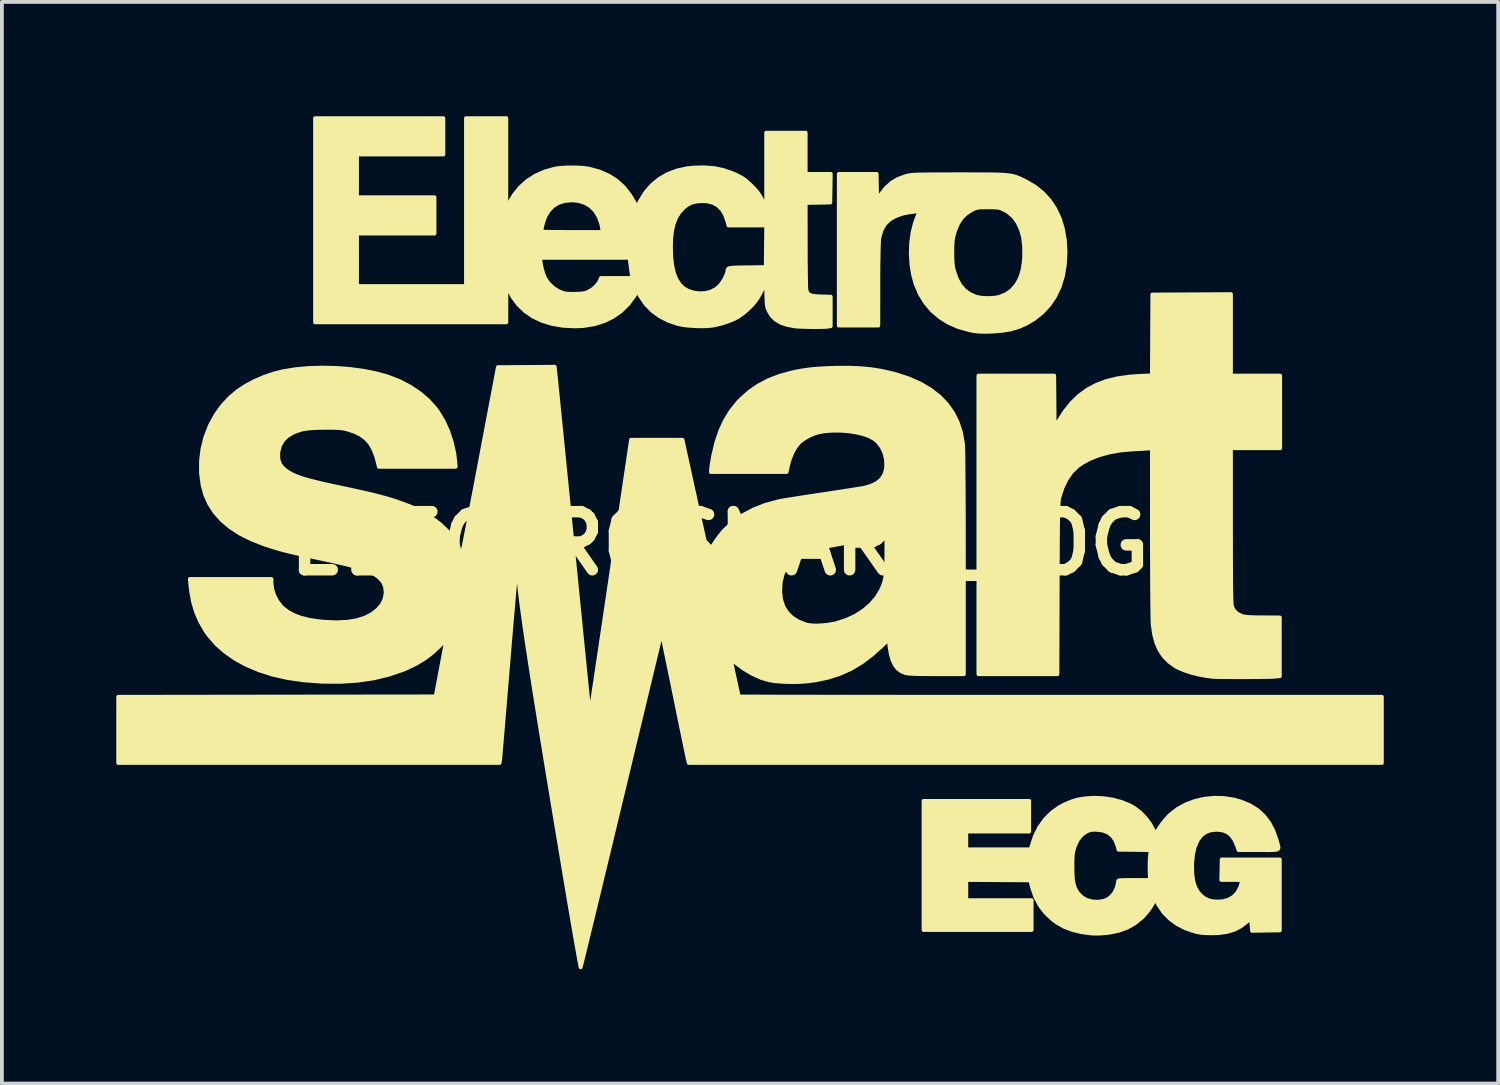
<source format=kicad_pcb>
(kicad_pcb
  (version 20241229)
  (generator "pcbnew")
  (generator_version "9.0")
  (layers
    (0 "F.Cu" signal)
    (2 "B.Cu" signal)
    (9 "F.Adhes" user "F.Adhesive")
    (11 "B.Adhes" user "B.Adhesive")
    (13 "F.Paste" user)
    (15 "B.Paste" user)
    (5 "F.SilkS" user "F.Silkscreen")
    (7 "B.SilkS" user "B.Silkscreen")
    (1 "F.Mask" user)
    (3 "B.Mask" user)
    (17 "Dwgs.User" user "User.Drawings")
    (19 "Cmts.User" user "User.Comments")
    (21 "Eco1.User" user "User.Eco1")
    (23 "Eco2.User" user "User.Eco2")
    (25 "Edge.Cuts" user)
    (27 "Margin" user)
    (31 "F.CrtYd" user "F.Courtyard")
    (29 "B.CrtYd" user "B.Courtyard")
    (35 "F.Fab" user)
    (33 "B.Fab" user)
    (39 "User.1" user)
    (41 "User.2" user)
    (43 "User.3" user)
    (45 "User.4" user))
  (footprint "ELECTROSMART_LOGO"
    (layer "F.Cu")
    (at 16.623 11.205)
    (property "Reference" "ELECTROSMART_LOGO" (at 0 0 0) (layer "F.SilkS") (effects (font (size 1.524 1.524) (thickness 0.3))))
    (attr through_hole)
    (fp_poly (pts (xy 13.906 -2.498) (xy 13.261 -2.498) (xy 12.615 -2.498) (xy 12.615 -0.475) (xy 12.616 -0.097) (xy 12.616 0.24) (xy 12.617 0.538) (xy 12.618 0.797) (xy 12.62 1.019) (xy 12.622 1.205) (xy 12.625 1.357) (xy 12.628 1.476) (xy 12.632 1.562) (xy 12.636 1.619) (xy 12.639 1.643) (xy 12.687 1.75) (xy 12.77 1.835) (xy 12.886 1.894) (xy 12.897 1.898) (xy 12.944 1.911) (xy 13.002 1.921) (xy 13.076 1.928) (xy 13.174 1.933) (xy 13.301 1.936) (xy 13.451 1.937) (xy 13.896 1.94) (xy 13.896 2.711) (xy 13.896 3.482) (xy 13.748 3.495) (xy 13.691 3.498) (xy 13.6 3.501) (xy 13.479 3.503) (xy 13.336 3.505) (xy 13.178 3.506) (xy 13.01 3.507) (xy 12.84 3.507) (xy 12.674 3.507) (xy 12.519 3.506) (xy 12.381 3.505) (xy 12.266 3.504) (xy 12.182 3.501) (xy 12.139 3.499) (xy 11.943 3.473) (xy 11.743 3.434) (xy 11.55 3.384) (xy 11.375 3.325) (xy 11.226 3.26) (xy 11.165 3.227) (xy 10.993 3.105) (xy 10.852 2.961) (xy 10.739 2.793) (xy 10.655 2.598) (xy 10.596 2.372) (xy 10.562 2.118) (xy 10.559 2.062) (xy 10.556 1.968) (xy 10.554 1.838) (xy 10.551 1.675) (xy 10.549 1.482) (xy 10.547 1.263) (xy 10.545 1.022) (xy 10.544 0.76) (xy 10.543 0.482) (xy 10.542 0.19) (xy 10.541 -0.112) (xy 10.541 -0.312) (xy 10.541 -2.498) (xy 10.398 -2.488) (xy 10.314 -2.482) (xy 10.205 -2.476) (xy 10.088 -2.47) (xy 10.022 -2.466) (xy 9.72 -2.439) (xy 9.434 -2.389) (xy 9.168 -2.317) (xy 8.928 -2.224) (xy 8.719 -2.113) (xy 8.587 -2.02) (xy 8.434 -1.87) (xy 8.305 -1.686) (xy 8.2 -1.47) (xy 8.12 -1.222) (xy 8.113 -1.195) (xy 8.107 -1.168) (xy 8.102 -1.136) (xy 8.098 -1.097) (xy 8.094 -1.047) (xy 8.09 -0.985) (xy 8.087 -0.908) (xy 8.084 -0.813) (xy 8.082 -0.697) (xy 8.08 -0.559) (xy 8.078 -0.396) (xy 8.076 -0.206) (xy 8.075 0.015) (xy 8.074 0.269) (xy 8.072 0.558) (xy 8.071 0.884) (xy 8.07 1.191) (xy 8.063 3.429) (xy 7.027 3.429) (xy 5.99 3.429) (xy 5.99 -0.487) (xy 5.99 -4.403) (xy 6.985 -4.403) (xy 7.979 -4.403) (xy 7.985 -3.72) (xy 7.99 -3.037) (xy 8.089 -3.207) (xy 8.255 -3.465) (xy 8.435 -3.689) (xy 8.631 -3.878) (xy 8.847 -4.036) (xy 9.086 -4.163) (xy 9.349 -4.262) (xy 9.64 -4.333) (xy 9.961 -4.378) (xy 10.229 -4.396) (xy 10.541 -4.409) (xy 10.546 -5.469) (xy 10.552 -6.53) (xy 11.583 -6.535) (xy 12.615 -6.541) (xy 12.615 -5.472) (xy 12.615 -4.403) (xy 13.261 -4.403) (xy 13.906 -4.403) (xy 13.906 -3.45) (xy 13.906 -2.498)) (stroke (width 0.1) (type solid)) (fill yes) (layer "F.SilkS"))
    (fp_poly (pts (xy 8.276 -7.631) (xy 8.258 -7.307) (xy 8.207 -7.007) (xy 8.122 -6.732) (xy 8.003 -6.481) (xy 7.852 -6.256) (xy 7.668 -6.058) (xy 7.452 -5.886) (xy 7.422 -5.867) (xy 7.235 -5.758) (xy 7.19 -5.738) (xy 7.19 -7.789) (xy 7.162 -8.025) (xy 7.105 -8.235) (xy 7.021 -8.416) (xy 6.911 -8.567) (xy 6.774 -8.687) (xy 6.672 -8.746) (xy 6.614 -8.774) (xy 6.566 -8.794) (xy 6.518 -8.806) (xy 6.46 -8.812) (xy 6.382 -8.815) (xy 6.274 -8.816) (xy 6.244 -8.816) (xy 6.128 -8.816) (xy 6.044 -8.814) (xy 5.983 -8.808) (xy 5.934 -8.797) (xy 5.888 -8.78) (xy 5.834 -8.754) (xy 5.813 -8.743) (xy 5.669 -8.652) (xy 5.551 -8.535) (xy 5.456 -8.389) (xy 5.381 -8.209) (xy 5.351 -8.11) (xy 5.332 -8.032) (xy 5.319 -7.952) (xy 5.311 -7.86) (xy 5.307 -7.746) (xy 5.307 -7.631) (xy 5.308 -7.49) (xy 5.312 -7.381) (xy 5.321 -7.293) (xy 5.335 -7.214) (xy 5.351 -7.151) (xy 5.42 -6.949) (xy 5.509 -6.784) (xy 5.62 -6.652) (xy 5.755 -6.55) (xy 5.916 -6.477) (xy 5.946 -6.468) (xy 6.042 -6.448) (xy 6.164 -6.438) (xy 6.296 -6.438) (xy 6.423 -6.447) (xy 6.528 -6.465) (xy 6.542 -6.469) (xy 6.716 -6.54) (xy 6.862 -6.644) (xy 6.981 -6.78) (xy 7.058 -6.913) (xy 7.113 -7.053) (xy 7.153 -7.206) (xy 7.179 -7.383) (xy 7.19 -7.526) (xy 7.19 -7.789) (xy 7.19 -5.738) (xy 7.044 -5.675) (xy 6.84 -5.615) (xy 6.615 -5.577) (xy 6.361 -5.557) (xy 6.308 -5.555) (xy 6.172 -5.552) (xy 6.065 -5.553) (xy 5.977 -5.557) (xy 5.894 -5.568) (xy 5.803 -5.584) (xy 5.747 -5.596) (xy 5.463 -5.676) (xy 5.205 -5.788) (xy 4.974 -5.933) (xy 4.771 -6.108) (xy 4.597 -6.313) (xy 4.454 -6.546) (xy 4.343 -6.807) (xy 4.341 -6.813) (xy 4.273 -7.065) (xy 4.231 -7.334) (xy 4.216 -7.612) (xy 4.227 -7.891) (xy 4.264 -8.16) (xy 4.327 -8.411) (xy 4.393 -8.586) (xy 4.419 -8.649) (xy 4.436 -8.694) (xy 4.44 -8.71) (xy 4.414 -8.712) (xy 4.357 -8.708) (xy 4.28 -8.698) (xy 4.192 -8.686) (xy 4.105 -8.671) (xy 4.03 -8.656) (xy 3.98 -8.644) (xy 3.798 -8.576) (xy 3.651 -8.487) (xy 3.538 -8.373) (xy 3.456 -8.233) (xy 3.403 -8.064) (xy 3.386 -7.955) (xy 3.382 -7.898) (xy 3.378 -7.804) (xy 3.375 -7.678) (xy 3.372 -7.524) (xy 3.369 -7.348) (xy 3.367 -7.155) (xy 3.366 -6.95) (xy 3.366 -6.747) (xy 3.365 -5.715) (xy 2.847 -5.715) (xy 2.328 -5.715) (xy 2.328 -7.705) (xy 2.328 -9.694) (xy 2.825 -9.694) (xy 3.322 -9.694) (xy 3.328 -9.352) (xy 3.334 -9.01) (xy 3.424 -9.149) (xy 3.557 -9.322) (xy 3.71 -9.46) (xy 3.888 -9.565) (xy 4.095 -9.64) (xy 4.121 -9.647) (xy 4.155 -9.655) (xy 4.193 -9.661) (xy 4.239 -9.667) (xy 4.297 -9.672) (xy 4.369 -9.675) (xy 4.46 -9.678) (xy 4.573 -9.68) (xy 4.712 -9.682) (xy 4.879 -9.683) (xy 5.08 -9.683) (xy 5.317 -9.684) (xy 5.493 -9.684) (xy 5.766 -9.684) (xy 6 -9.683) (xy 6.2 -9.683) (xy 6.369 -9.681) (xy 6.512 -9.677) (xy 6.63 -9.672) (xy 6.73 -9.664) (xy 6.814 -9.654) (xy 6.886 -9.64) (xy 6.951 -9.624) (xy 7.011 -9.603) (xy 7.072 -9.578) (xy 7.136 -9.548) (xy 7.207 -9.514) (xy 7.231 -9.502) (xy 7.472 -9.362) (xy 7.682 -9.193) (xy 7.862 -8.996) (xy 8.01 -8.772) (xy 8.126 -8.522) (xy 8.209 -8.247) (xy 8.259 -7.948) (xy 8.276 -7.631)) (stroke (width 0.1) (type solid)) (fill yes) (layer "F.SilkS"))
    (fp_poly (pts (xy 13.896 10.149) (xy 13.533 10.155) (xy 13.169 10.161) (xy 13.154 10.002) (xy 13.146 9.926) (xy 13.137 9.87) (xy 13.13 9.843) (xy 13.129 9.842) (xy 13.109 9.856) (xy 13.068 9.89) (xy 13.019 9.932) (xy 12.871 10.045) (xy 12.709 10.129) (xy 12.526 10.186) (xy 12.317 10.218) (xy 12.107 10.226) (xy 11.96 10.223) (xy 11.841 10.214) (xy 11.735 10.197) (xy 11.673 10.182) (xy 11.427 10.099) (xy 11.204 9.985) (xy 11.009 9.842) (xy 10.844 9.672) (xy 10.712 9.477) (xy 10.694 9.446) (xy 10.661 9.386) (xy 10.634 9.346) (xy 10.622 9.335) (xy 10.605 9.352) (xy 10.592 9.382) (xy 10.558 9.458) (xy 10.513 9.53) (xy 10.513 8.044) (xy 10.089 8.038) (xy 9.665 8.033) (xy 9.641 7.938) (xy 9.584 7.787) (xy 9.5 7.669) (xy 9.389 7.583) (xy 9.251 7.53) (xy 9.086 7.51) (xy 9.067 7.509) (xy 8.977 7.512) (xy 8.91 7.523) (xy 8.849 7.547) (xy 8.801 7.572) (xy 8.687 7.659) (xy 8.594 7.779) (xy 8.522 7.935) (xy 8.504 7.988) (xy 8.485 8.053) (xy 8.472 8.117) (xy 8.464 8.189) (xy 8.459 8.278) (xy 8.457 8.394) (xy 8.457 8.477) (xy 8.46 8.66) (xy 8.47 8.808) (xy 8.49 8.928) (xy 8.52 9.028) (xy 8.563 9.114) (xy 8.597 9.166) (xy 8.699 9.273) (xy 8.826 9.348) (xy 8.973 9.39) (xy 9.134 9.397) (xy 9.287 9.373) (xy 9.392 9.327) (xy 9.488 9.248) (xy 9.566 9.145) (xy 9.615 9.036) (xy 9.636 8.963) (xy 9.649 8.901) (xy 9.652 8.872) (xy 9.653 8.857) (xy 9.66 8.845) (xy 9.678 8.837) (xy 9.714 8.832) (xy 9.771 8.828) (xy 9.857 8.827) (xy 9.976 8.827) (xy 10.07 8.827) (xy 10.488 8.827) (xy 10.481 8.557) (xy 10.48 8.44) (xy 10.483 8.327) (xy 10.487 8.23) (xy 10.494 8.165) (xy 10.513 8.044) (xy 10.513 9.53) (xy 10.5 9.551) (xy 10.427 9.651) (xy 10.346 9.748) (xy 10.278 9.817) (xy 10.096 9.964) (xy 9.897 10.077) (xy 9.677 10.158) (xy 9.433 10.209) (xy 9.229 10.229) (xy 9.133 10.233) (xy 9.043 10.234) (xy 8.974 10.232) (xy 8.964 10.231) (xy 8.694 10.196) (xy 8.457 10.138) (xy 8.245 10.057) (xy 8.055 9.951) (xy 7.937 9.865) (xy 7.753 9.692) (xy 7.603 9.498) (xy 7.486 9.278) (xy 7.401 9.031) (xy 7.39 8.989) (xy 7.352 8.837) (xy 6.512 8.832) (xy 5.673 8.826) (xy 5.673 9.091) (xy 5.673 9.356) (xy 6.53 9.356) (xy 7.387 9.356) (xy 7.387 9.747) (xy 7.387 10.139) (xy 5.969 10.139) (xy 4.551 10.139) (xy 4.551 8.445) (xy 4.551 6.752) (xy 5.937 6.752) (xy 7.324 6.752) (xy 7.324 7.154) (xy 7.324 7.556) (xy 6.498 7.556) (xy 5.673 7.556) (xy 5.673 7.789) (xy 5.673 8.022) (xy 6.519 8.022) (xy 7.364 8.022) (xy 7.388 7.932) (xy 7.473 7.674) (xy 7.59 7.442) (xy 7.736 7.237) (xy 7.91 7.062) (xy 8.109 6.919) (xy 8.223 6.858) (xy 8.358 6.797) (xy 8.472 6.753) (xy 8.58 6.721) (xy 8.699 6.698) (xy 8.776 6.687) (xy 9.022 6.67) (xy 9.272 6.681) (xy 9.517 6.718) (xy 9.75 6.781) (xy 9.96 6.867) (xy 10.09 6.941) (xy 10.24 7.057) (xy 10.38 7.203) (xy 10.499 7.365) (xy 10.559 7.474) (xy 10.6 7.554) (xy 10.627 7.6) (xy 10.645 7.616) (xy 10.655 7.605) (xy 10.656 7.602) (xy 10.687 7.535) (xy 10.742 7.448) (xy 10.812 7.35) (xy 10.891 7.251) (xy 10.972 7.161) (xy 11.024 7.109) (xy 11.214 6.962) (xy 11.43 6.843) (xy 11.666 6.754) (xy 11.916 6.696) (xy 12.176 6.67) (xy 12.438 6.677) (xy 12.697 6.718) (xy 12.885 6.772) (xy 13.113 6.868) (xy 13.31 6.991) (xy 13.476 7.141) (xy 13.615 7.321) (xy 13.726 7.532) (xy 13.813 7.776) (xy 13.831 7.845) (xy 13.848 7.906) (xy 13.859 7.953) (xy 13.862 7.988) (xy 13.85 8.013) (xy 13.821 8.029) (xy 13.77 8.038) (xy 13.692 8.043) (xy 13.582 8.044) (xy 13.438 8.043) (xy 13.339 8.043) (xy 12.814 8.043) (xy 12.775 7.932) (xy 12.708 7.777) (xy 12.625 7.659) (xy 12.525 7.577) (xy 12.403 7.528) (xy 12.256 7.51) (xy 12.237 7.509) (xy 12.079 7.525) (xy 11.946 7.574) (xy 11.835 7.659) (xy 11.745 7.78) (xy 11.731 7.806) (xy 11.664 7.963) (xy 11.621 8.148) (xy 11.599 8.364) (xy 11.596 8.488) (xy 11.604 8.7) (xy 11.632 8.878) (xy 11.681 9.026) (xy 11.752 9.148) (xy 11.833 9.237) (xy 11.923 9.308) (xy 12.016 9.354) (xy 12.126 9.381) (xy 12.234 9.392) (xy 12.402 9.385) (xy 12.552 9.343) (xy 12.679 9.267) (xy 12.781 9.161) (xy 12.854 9.026) (xy 12.868 8.985) (xy 12.889 8.914) (xy 12.905 8.86) (xy 12.912 8.835) (xy 12.912 8.835) (xy 12.892 8.832) (xy 12.837 8.829) (xy 12.756 8.827) (xy 12.657 8.827) (xy 12.636 8.826) (xy 12.36 8.826) (xy 12.366 8.557) (xy 12.372 8.287) (xy 13.134 8.287) (xy 13.896 8.287) (xy 13.896 9.218) (xy 13.896 10.149)) (stroke (width 0.1) (type solid)) (fill yes) (layer "F.SilkS"))
    (fp_poly (pts (xy 2.118 -9.694) (xy 2.112 -9.319) (xy 2.106 -8.943) (xy 1.783 -8.937) (xy 1.46 -8.931) (xy 1.462 -7.836) (xy 1.462 -7.622) (xy 1.463 -7.419) (xy 1.465 -7.23) (xy 1.467 -7.061) (xy 1.469 -6.916) (xy 1.471 -6.799) (xy 1.474 -6.714) (xy 1.477 -6.666) (xy 1.478 -6.659) (xy 1.495 -6.596) (xy 1.526 -6.549) (xy 1.576 -6.517) (xy 1.651 -6.497) (xy 1.757 -6.485) (xy 1.864 -6.481) (xy 2.117 -6.473) (xy 2.117 -6.086) (xy 2.117 -5.699) (xy 2.037 -5.686) (xy 1.978 -5.681) (xy 1.885 -5.677) (xy 1.77 -5.676) (xy 1.642 -5.676) (xy 1.509 -5.678) (xy 1.382 -5.682) (xy 1.271 -5.687) (xy 1.185 -5.693) (xy 1.165 -5.696) (xy 0.967 -5.733) (xy 0.803 -5.79) (xy 0.672 -5.869) (xy 0.569 -5.971) (xy 0.494 -6.091) (xy 0.472 -6.141) (xy 0.455 -6.186) (xy 0.444 -6.237) (xy 0.437 -6.301) (xy 0.432 -6.388) (xy 0.428 -6.506) (xy 0.427 -6.54) (xy 0.424 -6.659) (xy 0.424 -8.34) (xy -0.071 -8.34) (xy -0.566 -8.34) (xy -0.591 -8.439) (xy -0.652 -8.616) (xy -0.736 -8.758) (xy -0.843 -8.864) (xy -0.975 -8.936) (xy -1.13 -8.974) (xy -1.241 -8.98) (xy -1.397 -8.97) (xy -1.524 -8.941) (xy -1.636 -8.887) (xy -1.742 -8.806) (xy -1.746 -8.802) (xy -1.854 -8.684) (xy -1.939 -8.546) (xy -2.002 -8.385) (xy -2.045 -8.197) (xy -2.069 -7.977) (xy -2.074 -7.771) (xy -2.065 -7.505) (xy -2.038 -7.275) (xy -1.992 -7.081) (xy -1.926 -6.92) (xy -1.84 -6.79) (xy -1.752 -6.703) (xy -1.632 -6.631) (xy -1.488 -6.584) (xy -1.331 -6.562) (xy -1.175 -6.569) (xy -1.031 -6.604) (xy -0.894 -6.674) (xy -0.781 -6.774) (xy -0.688 -6.907) (xy -0.668 -6.946) (xy -0.632 -7.023) (xy -0.605 -7.091) (xy -0.593 -7.136) (xy -0.592 -7.141) (xy -0.591 -7.171) (xy -0.584 -7.194) (xy -0.566 -7.212) (xy -0.533 -7.224) (xy -0.479 -7.232) (xy -0.4 -7.237) (xy -0.29 -7.241) (xy -0.146 -7.243) (xy -0.073 -7.244) (xy 0.413 -7.25) (xy 0.418 -7.795) (xy 0.424 -8.34) (xy 0.424 -6.659) (xy 0.419 -6.868) (xy 0.328 -6.675) (xy 0.279 -6.576) (xy 0.223 -6.476) (xy 0.171 -6.393) (xy 0.153 -6.367) (xy 0.056 -6.251) (xy -0.064 -6.133) (xy -0.193 -6.025) (xy -0.315 -5.94) (xy -0.322 -5.937) (xy -0.444 -5.875) (xy -0.594 -5.816) (xy -0.756 -5.764) (xy -0.914 -5.726) (xy -0.979 -5.714) (xy -1.113 -5.7) (xy -1.273 -5.696) (xy -1.445 -5.7) (xy -1.616 -5.712) (xy -1.771 -5.731) (xy -1.894 -5.756) (xy -2.141 -5.84) (xy -2.365 -5.955) (xy -2.564 -6.1) (xy -2.733 -6.271) (xy -2.869 -6.467) (xy -2.894 -6.513) (xy -2.952 -6.622) (xy -3.033 -6.493) (xy -3.086 -6.423) (xy -3.086 -6.964) (xy -3.098 -7.033) (xy -3.106 -7.085) (xy -3.118 -7.165) (xy -3.13 -7.258) (xy -3.135 -7.297) (xy -3.16 -7.493) (xy -3.873 -7.493) (xy -3.873 -8.17) (xy -3.873 -8.219) (xy -3.879 -8.265) (xy -3.892 -8.335) (xy -3.906 -8.392) (xy -3.972 -8.575) (xy -4.066 -8.727) (xy -4.187 -8.847) (xy -4.333 -8.933) (xy -4.502 -8.984) (xy -4.678 -9) (xy -4.866 -8.983) (xy -5.029 -8.931) (xy -5.168 -8.845) (xy -5.282 -8.724) (xy -5.361 -8.593) (xy -5.389 -8.526) (xy -5.417 -8.445) (xy -5.441 -8.359) (xy -5.459 -8.28) (xy -5.468 -8.218) (xy -5.467 -8.184) (xy -5.465 -8.182) (xy -5.442 -8.179) (xy -5.382 -8.177) (xy -5.288 -8.175) (xy -5.166 -8.173) (xy -5.021 -8.172) (xy -4.858 -8.171) (xy -4.68 -8.17) (xy -4.664 -8.17) (xy -3.873 -8.17) (xy -3.873 -7.493) (xy -4.334 -7.493) (xy -5.507 -7.493) (xy -5.493 -7.382) (xy -5.468 -7.241) (xy -5.43 -7.102) (xy -5.385 -6.982) (xy -5.373 -6.957) (xy -5.282 -6.823) (xy -5.16 -6.706) (xy -5.018 -6.616) (xy -4.874 -6.562) (xy -4.819 -6.554) (xy -4.734 -6.549) (xy -4.635 -6.547) (xy -4.572 -6.548) (xy -4.454 -6.553) (xy -4.367 -6.563) (xy -4.298 -6.579) (xy -4.252 -6.597) (xy -4.139 -6.663) (xy -4.04 -6.749) (xy -3.966 -6.843) (xy -3.948 -6.878) (xy -3.909 -6.964) (xy -3.497 -6.964) (xy -3.086 -6.964) (xy -3.086 -6.423) (xy -3.194 -6.277) (xy -3.38 -6.094) (xy -3.591 -5.945) (xy -3.826 -5.83) (xy -4.084 -5.75) (xy -4.365 -5.704) (xy -4.596 -5.694) (xy -4.91 -5.71) (xy -5.198 -5.759) (xy -5.46 -5.84) (xy -5.696 -5.952) (xy -5.903 -6.095) (xy -6.083 -6.269) (xy -6.233 -6.473) (xy -6.33 -6.654) (xy -6.39 -6.784) (xy -6.391 -6.292) (xy -6.392 -5.8) (xy -8.901 -5.8) (xy -11.409 -5.8) (xy -11.409 -8.477) (xy -11.409 -11.155) (xy -9.726 -11.155) (xy -8.043 -11.155) (xy -8.043 -10.679) (xy -8.043 -10.202) (xy -9.176 -10.202) (xy -10.308 -10.202) (xy -10.308 -9.641) (xy -10.308 -9.081) (xy -9.292 -9.081) (xy -8.276 -9.081) (xy -8.276 -8.604) (xy -8.276 -8.128) (xy -9.292 -8.128) (xy -10.308 -8.128) (xy -10.308 -7.44) (xy -10.308 -6.752) (xy -8.879 -6.752) (xy -7.451 -6.752) (xy -7.451 -8.954) (xy -7.451 -11.155) (xy -6.921 -11.155) (xy -6.392 -11.155) (xy -6.392 -9.964) (xy -6.392 -8.774) (xy -6.328 -8.91) (xy -6.198 -9.137) (xy -6.036 -9.337) (xy -5.846 -9.509) (xy -5.63 -9.649) (xy -5.391 -9.756) (xy -5.132 -9.828) (xy -5.051 -9.843) (xy -4.92 -9.857) (xy -4.766 -9.864) (xy -4.602 -9.864) (xy -4.442 -9.857) (xy -4.301 -9.844) (xy -4.22 -9.831) (xy -3.951 -9.757) (xy -3.71 -9.652) (xy -3.497 -9.516) (xy -3.312 -9.348) (xy -3.152 -9.146) (xy -3.048 -8.972) (xy -2.968 -8.821) (xy -2.881 -8.988) (xy -2.743 -9.211) (xy -2.576 -9.403) (xy -2.383 -9.562) (xy -2.164 -9.689) (xy -1.92 -9.782) (xy -1.654 -9.841) (xy -1.482 -9.859) (xy -1.204 -9.866) (xy -0.95 -9.847) (xy -0.713 -9.8) (xy -0.483 -9.723) (xy -0.341 -9.66) (xy -0.242 -9.609) (xy -0.161 -9.559) (xy -0.084 -9.499) (xy 0.001 -9.421) (xy 0.043 -9.38) (xy 0.131 -9.29) (xy 0.196 -9.214) (xy 0.248 -9.139) (xy 0.297 -9.053) (xy 0.325 -8.996) (xy 0.423 -8.795) (xy 0.423 -9.784) (xy 0.423 -10.774) (xy 0.942 -10.774) (xy 1.46 -10.774) (xy 1.46 -10.234) (xy 1.46 -9.694) (xy 1.789 -9.694) (xy 2.118 -9.694)) (stroke (width 0.1) (type solid)) (fill yes) (layer "F.SilkS"))
    (fp_poly (pts (xy 16.573 5.757) (xy 7.483 5.757) (xy -1.607 5.757) (xy -1.627 5.678) (xy -1.635 5.645) (xy -1.65 5.574) (xy -1.672 5.468) (xy -1.701 5.331) (xy -1.735 5.165) (xy -1.774 4.975) (xy -1.818 4.763) (xy -1.865 4.533) (xy -1.915 4.288) (xy -1.967 4.032) (xy -1.981 3.964) (xy -2.034 3.708) (xy -2.084 3.464) (xy -2.131 3.236) (xy -2.174 3.026) (xy -2.213 2.838) (xy -2.247 2.676) (xy -2.275 2.541) (xy -2.297 2.437) (xy -2.312 2.368) (xy -2.319 2.336) (xy -2.32 2.334) (xy -2.325 2.355) (xy -2.34 2.415) (xy -2.364 2.512) (xy -2.396 2.645) (xy -2.436 2.812) (xy -2.484 3.01) (xy -2.539 3.238) (xy -2.601 3.494) (xy -2.669 3.776) (xy -2.742 4.082) (xy -2.821 4.41) (xy -2.905 4.759) (xy -2.993 5.126) (xy -3.086 5.51) (xy -3.181 5.908) (xy -3.28 6.32) (xy -3.377 6.72) (xy -3.478 7.142) (xy -3.577 7.553) (xy -3.672 7.951) (xy -3.765 8.335) (xy -3.853 8.701) (xy -3.937 9.05) (xy -4.017 9.378) (xy -4.091 9.683) (xy -4.159 9.965) (xy -4.221 10.22) (xy -4.276 10.447) (xy -4.324 10.645) (xy -4.365 10.81) (xy -4.397 10.942) (xy -4.422 11.039) (xy -4.437 11.097) (xy -4.442 11.117) (xy -4.448 11.099) (xy -4.459 11.042) (xy -4.477 10.948) (xy -4.5 10.822) (xy -4.528 10.665) (xy -4.561 10.48) (xy -4.598 10.271) (xy -4.637 10.04) (xy -4.68 9.789) (xy -4.726 9.523) (xy -4.773 9.243) (xy -4.791 9.138) (xy -4.91 8.428) (xy -5.022 7.759) (xy -5.127 7.128) (xy -5.225 6.536) (xy -5.317 5.98) (xy -5.402 5.459) (xy -5.482 4.972) (xy -5.555 4.518) (xy -5.623 4.095) (xy -5.685 3.703) (xy -5.742 3.339) (xy -5.794 3.002) (xy -5.841 2.692) (xy -5.884 2.406) (xy -5.922 2.145) (xy -5.955 1.905) (xy -5.985 1.687) (xy -6.011 1.488) (xy -6.033 1.308) (xy -6.051 1.145) (xy -6.066 0.998) (xy -6.076 0.889) (xy -6.087 0.783) (xy -6.097 0.693) (xy -6.106 0.626) (xy -6.114 0.591) (xy -6.115 0.588) (xy -6.118 0.607) (xy -6.125 0.665) (xy -6.135 0.761) (xy -6.147 0.89) (xy -6.162 1.052) (xy -6.179 1.243) (xy -6.198 1.461) (xy -6.219 1.704) (xy -6.242 1.967) (xy -6.266 2.25) (xy -6.292 2.55) (xy -6.318 2.863) (xy -6.336 3.086) (xy -6.363 3.409) (xy -6.389 3.722) (xy -6.414 4.022) (xy -6.438 4.305) (xy -6.46 4.569) (xy -6.48 4.812) (xy -6.499 5.03) (xy -6.515 5.221) (xy -6.529 5.383) (xy -6.54 5.512) (xy -6.549 5.606) (xy -6.554 5.663) (xy -6.556 5.678) (xy -6.567 5.757) (xy -11.57 5.757) (xy -16.573 5.757) (xy -16.573 4.89) (xy -16.573 4.022) (xy -12.41 4.016) (xy -8.246 4.011) (xy -8.115 3.313) (xy -8.083 3.144) (xy -8.053 2.987) (xy -8.027 2.846) (xy -8.004 2.727) (xy -7.987 2.636) (xy -7.976 2.578) (xy -7.972 2.56) (xy -7.973 2.541) (xy -7.988 2.544) (xy -8.021 2.571) (xy -8.077 2.625) (xy -8.124 2.673) (xy -8.321 2.859) (xy -8.528 3.017) (xy -8.753 3.154) (xy -9.006 3.276) (xy -9.1 3.315) (xy -9.474 3.443) (xy -9.873 3.539) (xy -10.298 3.601) (xy -10.746 3.63) (xy -11.216 3.627) (xy -11.709 3.59) (xy -11.748 3.585) (xy -12.15 3.526) (xy -12.529 3.439) (xy -12.882 3.326) (xy -13.208 3.189) (xy -13.504 3.028) (xy -13.769 2.843) (xy -14.002 2.637) (xy -14.199 2.409) (xy -14.287 2.284) (xy -14.424 2.045) (xy -14.53 1.798) (xy -14.609 1.534) (xy -14.661 1.246) (xy -14.68 1.085) (xy -14.694 0.931) (xy -13.623 0.931) (xy -12.552 0.931) (xy -12.552 1.033) (xy -12.533 1.193) (xy -12.482 1.357) (xy -12.402 1.512) (xy -12.301 1.645) (xy -12.274 1.673) (xy -12.134 1.785) (xy -11.969 1.876) (xy -11.774 1.949) (xy -11.548 2.005) (xy -11.286 2.043) (xy -11.155 2.055) (xy -10.843 2.068) (xy -10.564 2.054) (xy -10.317 2.014) (xy -10.101 1.946) (xy -9.918 1.852) (xy -9.765 1.732) (xy -9.764 1.731) (xy -9.658 1.605) (xy -9.591 1.472) (xy -9.56 1.326) (xy -9.558 1.27) (xy -9.574 1.134) (xy -9.625 1.015) (xy -9.714 0.91) (xy -9.78 0.857) (xy -9.848 0.811) (xy -9.924 0.767) (xy -10.011 0.726) (xy -10.113 0.686) (xy -10.234 0.646) (xy -10.377 0.604) (xy -10.546 0.56) (xy -10.744 0.512) (xy -10.976 0.46) (xy -11.244 0.402) (xy -11.335 0.383) (xy -11.587 0.329) (xy -11.803 0.282) (xy -11.99 0.239) (xy -12.153 0.2) (xy -12.298 0.162) (xy -12.431 0.124) (xy -12.559 0.085) (xy -12.687 0.043) (xy -12.753 0.021) (xy -13.086 -0.11) (xy -13.382 -0.259) (xy -13.639 -0.427) (xy -13.859 -0.613) (xy -14.041 -0.817) (xy -14.185 -1.04) (xy -14.292 -1.282) (xy -14.358 -1.524) (xy -14.401 -1.839) (xy -14.402 -2.158) (xy -14.364 -2.475) (xy -14.287 -2.786) (xy -14.172 -3.083) (xy -14.162 -3.104) (xy -14.016 -3.373) (xy -13.847 -3.609) (xy -13.653 -3.819) (xy -13.441 -3.998) (xy -13.239 -4.133) (xy -13.006 -4.257) (xy -12.754 -4.367) (xy -12.495 -4.456) (xy -12.25 -4.518) (xy -11.928 -4.57) (xy -11.582 -4.602) (xy -11.223 -4.613) (xy -10.857 -4.605) (xy -10.495 -4.577) (xy -10.145 -4.531) (xy -9.816 -4.466) (xy -9.516 -4.384) (xy -9.504 -4.38) (xy -9.201 -4.263) (xy -8.921 -4.118) (xy -8.667 -3.948) (xy -8.442 -3.757) (xy -8.252 -3.546) (xy -8.189 -3.461) (xy -8.041 -3.217) (xy -7.918 -2.946) (xy -7.822 -2.658) (xy -7.757 -2.363) (xy -7.733 -2.169) (xy -7.72 -2.011) (xy -8.728 -2.011) (xy -9.736 -2.011) (xy -9.749 -2.069) (xy -9.808 -2.291) (xy -9.881 -2.476) (xy -9.97 -2.628) (xy -10.08 -2.751) (xy -10.214 -2.85) (xy -10.377 -2.929) (xy -10.559 -2.989) (xy -10.623 -3.005) (xy -10.686 -3.017) (xy -10.756 -3.025) (xy -10.842 -3.03) (xy -10.952 -3.033) (xy -11.094 -3.033) (xy -11.134 -3.033) (xy -11.332 -3.031) (xy -11.495 -3.023) (xy -11.632 -3.009) (xy -11.75 -2.988) (xy -11.855 -2.958) (xy -11.957 -2.918) (xy -11.991 -2.903) (xy -12.139 -2.814) (xy -12.251 -2.702) (xy -12.328 -2.567) (xy -12.369 -2.41) (xy -12.376 -2.339) (xy -12.37 -2.202) (xy -12.331 -2.088) (xy -12.257 -1.988) (xy -12.18 -1.921) (xy -12.11 -1.872) (xy -12.031 -1.826) (xy -11.94 -1.783) (xy -11.833 -1.741) (xy -11.706 -1.699) (xy -11.555 -1.656) (xy -11.377 -1.61) (xy -11.166 -1.561) (xy -10.92 -1.506) (xy -10.755 -1.471) (xy -10.496 -1.416) (xy -10.273 -1.367) (xy -10.08 -1.324) (xy -9.913 -1.285) (xy -9.765 -1.248) (xy -9.632 -1.213) (xy -9.509 -1.178) (xy -9.388 -1.141) (xy -9.282 -1.107) (xy -8.938 -0.982) (xy -8.631 -0.84) (xy -8.361 -0.681) (xy -8.128 -0.508) (xy -7.933 -0.32) (xy -7.82 -0.179) (xy -7.771 -0.105) (xy -7.719 -0.017) (xy -7.669 0.076) (xy -7.626 0.164) (xy -7.594 0.237) (xy -7.578 0.286) (xy -7.578 0.294) (xy -7.576 0.313) (xy -7.573 0.315) (xy -7.566 0.3) (xy -7.556 0.266) (xy -7.543 0.21) (xy -7.525 0.13) (xy -7.503 0.027) (xy -7.476 -0.104) (xy -7.445 -0.263) (xy -7.408 -0.451) (xy -7.365 -0.672) (xy -7.316 -0.926) (xy -7.261 -1.215) (xy -7.198 -1.541) (xy -7.129 -1.906) (xy -7.08 -2.166) (xy -6.614 -4.625) (xy -5.869 -4.63) (xy -5.125 -4.636) (xy -5.113 -4.546) (xy -5.109 -4.516) (xy -5.102 -4.447) (xy -5.091 -4.339) (xy -5.076 -4.195) (xy -5.058 -4.017) (xy -5.037 -3.806) (xy -5.013 -3.566) (xy -4.986 -3.297) (xy -4.956 -3.002) (xy -4.924 -2.683) (xy -4.89 -2.342) (xy -4.854 -1.98) (xy -4.816 -1.601) (xy -4.776 -1.205) (xy -4.735 -0.794) (xy -4.693 -0.372) (xy -4.656 0) (xy -4.613 0.431) (xy -4.571 0.85) (xy -4.531 1.256) (xy -4.492 1.648) (xy -4.454 2.023) (xy -4.419 2.378) (xy -4.385 2.713) (xy -4.354 3.026) (xy -4.325 3.313) (xy -4.299 3.574) (xy -4.275 3.806) (xy -4.255 4.007) (xy -4.238 4.176) (xy -4.224 4.311) (xy -4.214 4.409) (xy -4.208 4.468) (xy -4.206 4.487) (xy -4.205 4.492) (xy -4.204 4.496) (xy -4.203 4.498) (xy -4.201 4.494) (xy -4.198 4.485) (xy -4.195 4.467) (xy -4.19 4.44) (xy -4.183 4.401) (xy -4.175 4.348) (xy -4.164 4.281) (xy -4.151 4.197) (xy -4.135 4.094) (xy -4.117 3.97) (xy -4.095 3.825) (xy -4.069 3.656) (xy -4.04 3.461) (xy -4.007 3.238) (xy -3.969 2.987) (xy -3.927 2.704) (xy -3.88 2.389) (xy -3.828 2.039) (xy -3.771 1.654) (xy -3.708 1.23) (xy -3.639 0.766) (xy -3.623 0.656) (xy -3.121 -2.72) (xy -2.446 -2.72) (xy -1.771 -2.72) (xy -1.441 -1.212) (xy -1.387 -0.966) (xy -1.336 -0.733) (xy -1.287 -0.515) (xy -1.243 -0.317) (xy -1.203 -0.14) (xy -1.169 0.011) (xy -1.141 0.133) (xy -1.119 0.224) (xy -1.105 0.279) (xy -1.1 0.296) (xy -1.085 0.279) (xy -1.066 0.235) (xy -1.063 0.228) (xy -1.023 0.142) (xy -0.962 0.036) (xy -0.885 -0.081) (xy -0.8 -0.197) (xy -0.714 -0.303) (xy -0.674 -0.348) (xy -0.449 -0.559) (xy -0.193 -0.74) (xy 0.092 -0.892) (xy 0.405 -1.014) (xy 0.746 -1.106) (xy 0.868 -1.13) (xy 0.927 -1.14) (xy 1.023 -1.155) (xy 1.15 -1.175) (xy 1.302 -1.199) (xy 1.475 -1.226) (xy 1.664 -1.255) (xy 1.862 -1.285) (xy 1.979 -1.302) (xy 2.176 -1.332) (xy 2.363 -1.36) (xy 2.535 -1.387) (xy 2.687 -1.411) (xy 2.815 -1.431) (xy 2.914 -1.447) (xy 2.978 -1.458) (xy 3 -1.462) (xy 3.185 -1.516) (xy 3.332 -1.59) (xy 3.443 -1.684) (xy 3.52 -1.8) (xy 3.563 -1.939) (xy 3.572 -2.019) (xy 3.566 -2.202) (xy 3.525 -2.375) (xy 3.453 -2.53) (xy 3.351 -2.662) (xy 3.253 -2.744) (xy 3.126 -2.812) (xy 2.967 -2.869) (xy 2.783 -2.912) (xy 2.582 -2.943) (xy 2.372 -2.958) (xy 2.162 -2.959) (xy 1.959 -2.943) (xy 1.818 -2.919) (xy 1.686 -2.881) (xy 1.549 -2.821) (xy 1.419 -2.748) (xy 1.313 -2.669) (xy 1.291 -2.648) (xy 1.198 -2.533) (xy 1.114 -2.387) (xy 1.046 -2.221) (xy 0.998 -2.053) (xy 0.96 -1.873) (xy -0.033 -1.873) (xy -1.027 -1.873) (xy -1.02 -1.968) (xy -1.013 -2.027) (xy -0.999 -2.114) (xy -0.981 -2.219) (xy -0.961 -2.328) (xy -0.88 -2.662) (xy -0.778 -2.962) (xy -0.652 -3.232) (xy -0.5 -3.478) (xy -0.319 -3.702) (xy -0.235 -3.791) (xy -0.018 -3.983) (xy 0.22 -4.147) (xy 0.482 -4.284) (xy 0.772 -4.396) (xy 1.094 -4.484) (xy 1.198 -4.507) (xy 1.35 -4.536) (xy 1.496 -4.558) (xy 1.646 -4.576) (xy 1.808 -4.589) (xy 1.993 -4.599) (xy 2.21 -4.607) (xy 2.244 -4.608) (xy 2.584 -4.611) (xy 2.893 -4.598) (xy 3.182 -4.571) (xy 3.46 -4.526) (xy 3.736 -4.463) (xy 3.842 -4.435) (xy 4.177 -4.324) (xy 4.477 -4.19) (xy 4.742 -4.033) (xy 4.972 -3.853) (xy 5.166 -3.65) (xy 5.325 -3.425) (xy 5.448 -3.177) (xy 5.535 -2.907) (xy 5.586 -2.614) (xy 5.587 -2.603) (xy 5.59 -2.553) (xy 5.593 -2.462) (xy 5.596 -2.331) (xy 5.598 -2.163) (xy 5.6 -1.959) (xy 5.602 -1.721) (xy 5.604 -1.45) (xy 5.606 -1.148) (xy 5.607 -0.817) (xy 5.608 -0.458) (xy 5.608 -0.073) (xy 5.609 0.337) (xy 5.609 0.513) (xy 5.609 3.429) (xy 4.893 3.429) (xy 4.684 3.429) (xy 4.514 3.427) (xy 4.377 3.425) (xy 4.27 3.421) (xy 4.189 3.416) (xy 4.129 3.41) (xy 4.087 3.402) (xy 4.077 3.399) (xy 3.965 3.353) (xy 3.873 3.284) (xy 3.799 3.191) (xy 3.74 3.068) (xy 3.695 2.912) (xy 3.661 2.72) (xy 3.651 2.639) (xy 3.637 2.515) (xy 3.577 2.573) (xy 3.577 0.207) (xy 3.577 0.057) (xy 3.575 -0.078) (xy 3.573 -0.192) (xy 3.569 -0.279) (xy 3.566 -0.336) (xy 3.561 -0.355) (xy 3.561 -0.355) (xy 3.409 -0.281) (xy 3.264 -0.217) (xy 3.117 -0.163) (xy 2.961 -0.115) (xy 2.788 -0.07) (xy 2.589 -0.028) (xy 2.358 0.016) (xy 2.321 0.022) (xy 2.163 0.051) (xy 2.038 0.074) (xy 1.939 0.093) (xy 1.858 0.111) (xy 1.786 0.129) (xy 1.716 0.149) (xy 1.639 0.172) (xy 1.582 0.19) (xy 1.366 0.274) (xy 1.188 0.374) (xy 1.046 0.494) (xy 0.937 0.635) (xy 0.859 0.799) (xy 0.811 0.989) (xy 0.802 1.049) (xy 0.791 1.272) (xy 0.816 1.474) (xy 0.875 1.652) (xy 0.969 1.807) (xy 1.097 1.937) (xy 1.258 2.041) (xy 1.451 2.118) (xy 1.482 2.127) (xy 1.596 2.147) (xy 1.739 2.153) (xy 1.9 2.146) (xy 2.069 2.127) (xy 2.233 2.097) (xy 2.275 2.086) (xy 2.53 2.004) (xy 2.766 1.893) (xy 2.979 1.757) (xy 3.163 1.599) (xy 3.316 1.422) (xy 3.433 1.229) (xy 3.439 1.216) (xy 3.478 1.129) (xy 3.509 1.046) (xy 3.533 0.961) (xy 3.551 0.867) (xy 3.563 0.758) (xy 3.571 0.628) (xy 3.575 0.47) (xy 3.577 0.279) (xy 3.577 0.207) (xy 3.577 2.573) (xy 3.464 2.682) (xy 3.194 2.924) (xy 2.923 3.127) (xy 2.645 3.292) (xy 2.355 3.423) (xy 2.048 3.521) (xy 1.719 3.59) (xy 1.467 3.622) (xy 1.312 3.632) (xy 1.139 3.636) (xy 0.961 3.633) (xy 0.789 3.624) (xy 0.635 3.61) (xy 0.511 3.59) (xy 0.507 3.59) (xy 0.291 3.526) (xy 0.068 3.425) (xy -0.158 3.292) (xy -0.348 3.153) (xy -0.416 3.1) (xy -0.47 3.059) (xy -0.502 3.037) (xy -0.508 3.034) (xy -0.504 3.056) (xy -0.491 3.113) (xy -0.473 3.201) (xy -0.448 3.311) (xy -0.42 3.44) (xy -0.402 3.522) (xy -0.372 3.659) (xy -0.345 3.781) (xy -0.323 3.883) (xy -0.307 3.959) (xy -0.298 4.003) (xy -0.296 4.012) (xy -0.275 4.013) (xy -0.214 4.013) (xy -0.112 4.014) (xy 0.027 4.015) (xy 0.203 4.015) (xy 0.415 4.016) (xy 0.66 4.017) (xy 0.937 4.017) (xy 1.246 4.018) (xy 1.584 4.018) (xy 1.95 4.019) (xy 2.343 4.019) (xy 2.761 4.019) (xy 3.203 4.02) (xy 3.668 4.02) (xy 4.153 4.021) (xy 4.658 4.021) (xy 5.182 4.021) (xy 5.722 4.021) (xy 6.278 4.021) (xy 6.847 4.022) (xy 7.429 4.022) (xy 8.022 4.022) (xy 8.139 4.022) (xy 16.573 4.022) (xy 16.573 4.889) (xy 16.573 5.757)) (stroke (width 0.1) (type solid)) (fill yes) (layer "F.SilkS")))
  (gr_rect
    (start -3 -3)
    (end 36.247 25.372)
    (stroke (width 0.1) (type default))
    (fill no)
    (layer "Edge.Cuts")))
</source>
